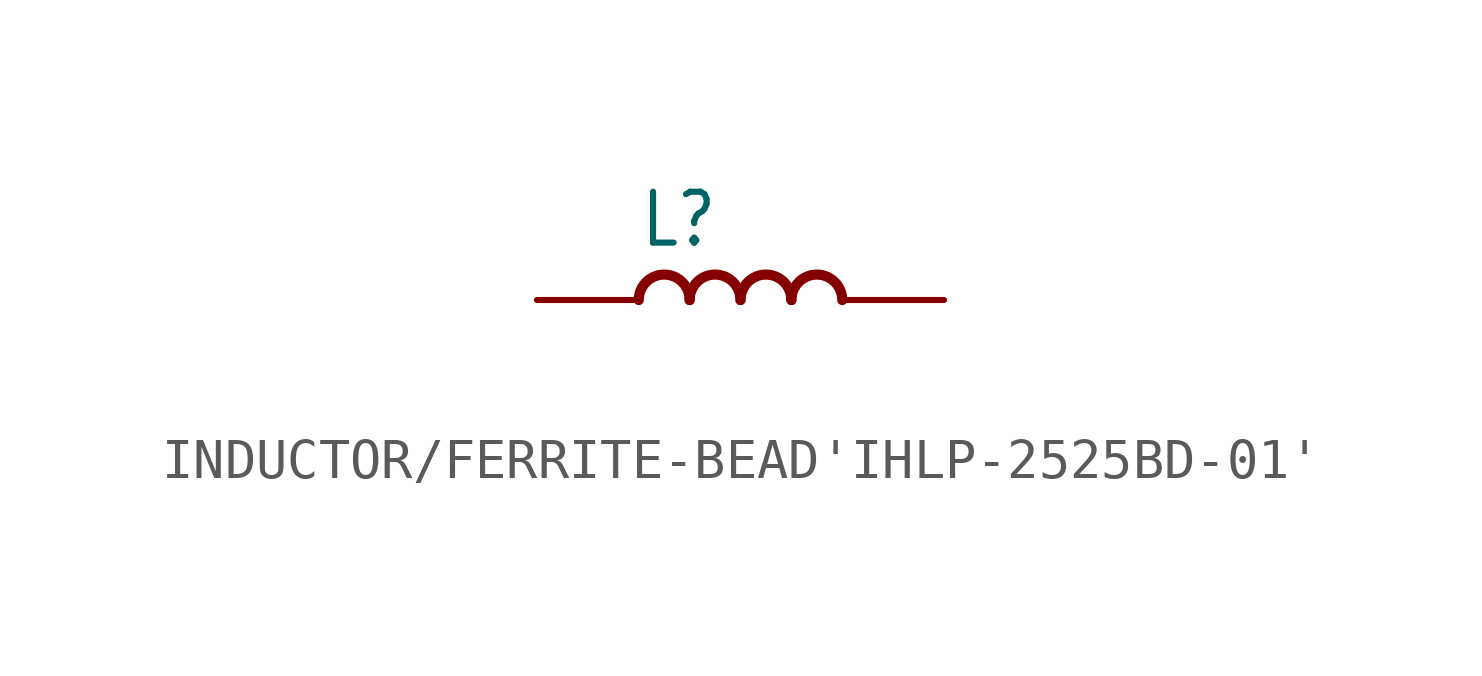
<source format=kicad_sym>
(kicad_symbol_lib
  (version 20231120)
  (generator "kicad_symbol_editor")
  (generator_version "8.0")
  (symbol "INDUCTOR/FERRITE-BEAD'IHLP-2525BD-01'"
    (property "Reference" "L"
      (at -2.54 1.27 0)
      (effects (font (size 1.27 1.079)) (justify left bottom)))
    (property "Value" ""
      (at -2.54 -2.54 0)
      (effects (font (size 1.27 1.079)) (justify left bottom)))
    (property "ki_locked" ""
      (at 0 0 0)
      (effects (font (size 1.27 1.27))))
    (symbol "INDUCTOR/FERRITE-BEAD'IHLP-2525BD-01'_1_0"
      (arc (start -1.27 0) (mid -1.905 0.635) (end -2.54 0) (stroke (width 0.254) (type solid)) (fill (type none)))
      (arc (start 0 0) (mid -0.635 0.635) (end -1.27 0) (stroke (width 0.254) (type solid)) (fill (type none)))
      (arc (start 1.27 0) (mid 0.635 0.635) (end 0 0) (stroke (width 0.254) (type solid)) (fill (type none)))
      (arc (start 2.54 0) (mid 1.905 0.635) (end 1.27 0) (stroke (width 0.254) (type solid)) (fill (type none)))
      (pin passive line (at -5.08 0 0) (length 2.54) (name "1" (effects (font (size 0 0)))) (number "1" (effects (font (size 0 0)))))
      (pin passive line (at 5.08 0 180) (length 2.54) (name "2" (effects (font (size 0 0)))) (number "2" (effects (font (size 0 0))))))))
</source>
